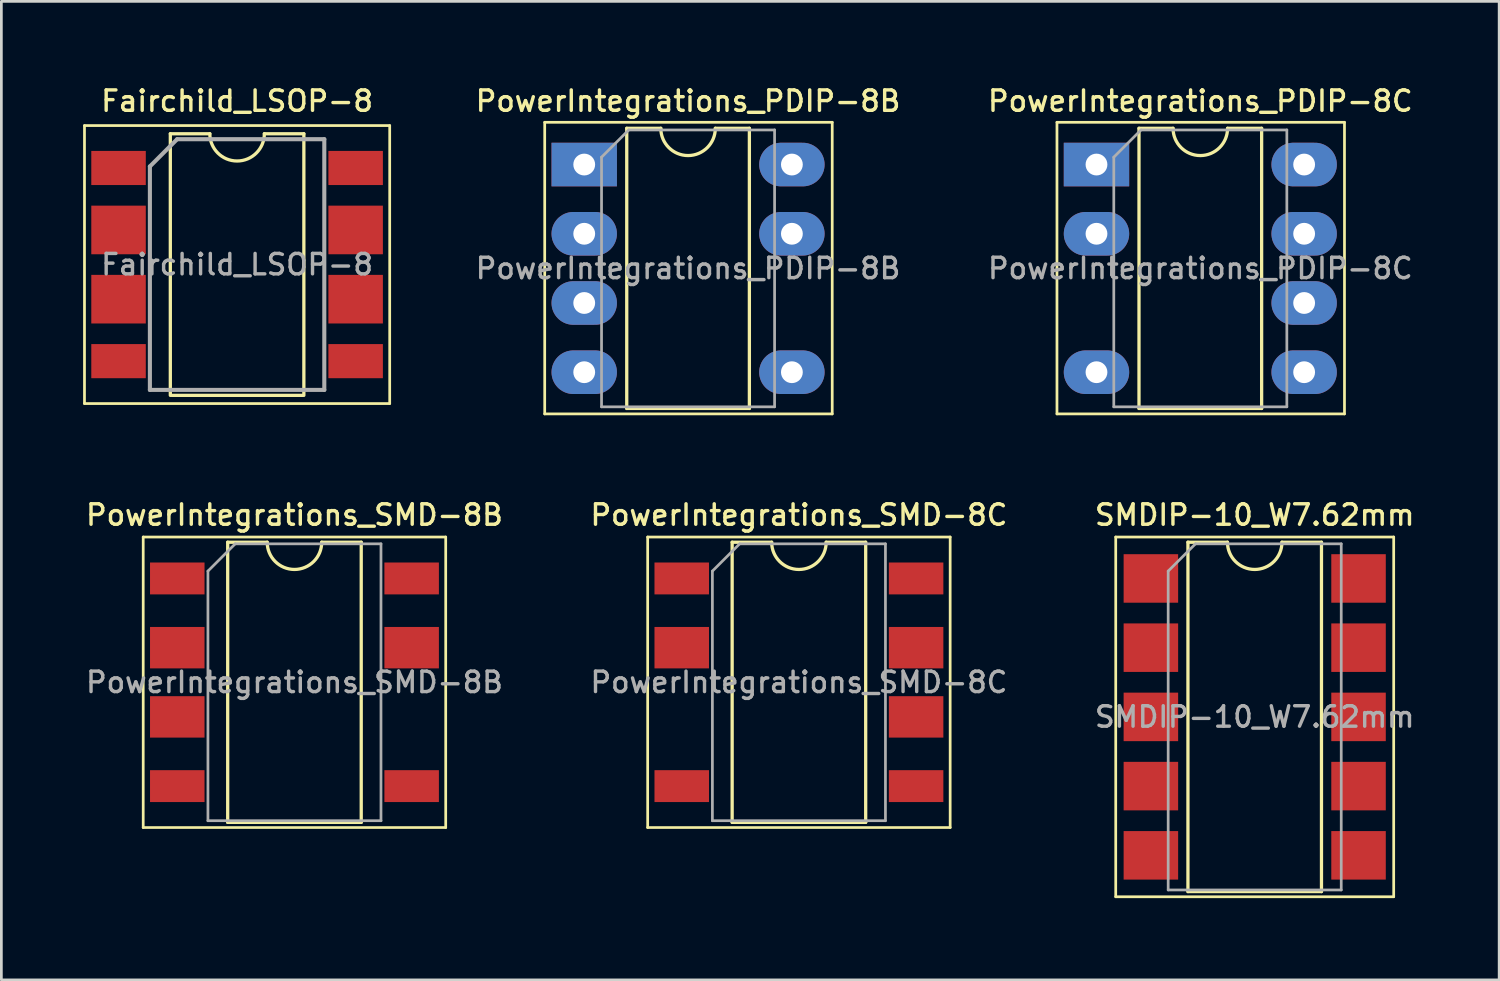
<source format=kicad_pcb>
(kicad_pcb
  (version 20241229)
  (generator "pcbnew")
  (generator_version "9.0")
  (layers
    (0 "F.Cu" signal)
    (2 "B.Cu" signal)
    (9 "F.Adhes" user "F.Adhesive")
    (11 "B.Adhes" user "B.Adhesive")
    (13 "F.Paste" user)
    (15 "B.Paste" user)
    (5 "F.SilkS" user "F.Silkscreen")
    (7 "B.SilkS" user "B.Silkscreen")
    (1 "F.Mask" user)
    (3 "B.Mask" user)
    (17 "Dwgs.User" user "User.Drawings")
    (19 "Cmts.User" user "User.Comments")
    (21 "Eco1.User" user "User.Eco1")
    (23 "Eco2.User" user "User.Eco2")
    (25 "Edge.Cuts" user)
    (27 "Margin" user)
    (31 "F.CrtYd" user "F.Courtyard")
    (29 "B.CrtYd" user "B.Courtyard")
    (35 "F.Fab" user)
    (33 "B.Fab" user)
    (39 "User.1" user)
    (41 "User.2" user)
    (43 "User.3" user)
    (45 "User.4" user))
  (footprint "PowerIntegrations_PDIP-8B"
    (layer "F.Cu")
    (at 18.388 2.988)
    (property "Reference" "PowerIntegrations_PDIP-8B" (at 3.81 -2.33 0) (layer "F.SilkS") (effects (font (size 0.75 0.75) (thickness 0.125))))
    (attr through_hole)
    (fp_line (start -1.45 -1.55) (end -1.45 9.15) (stroke (width 0.1) (type solid)) (layer "F.SilkS"))
    (fp_line (start -1.45 9.15) (end 9.1 9.15) (stroke (width 0.1) (type solid)) (layer "F.SilkS"))
    (fp_line (start 1.56 -1.33) (end 1.56 8.95) (stroke (width 0.12) (type solid)) (layer "F.SilkS"))
    (fp_line (start 1.56 8.95) (end 6.06 8.95) (stroke (width 0.12) (type solid)) (layer "F.SilkS"))
    (fp_line (start 2.81 -1.33) (end 1.56 -1.33) (stroke (width 0.12) (type solid)) (layer "F.SilkS"))
    (fp_line (start 6.06 -1.33) (end 4.81 -1.33) (stroke (width 0.12) (type solid)) (layer "F.SilkS"))
    (fp_line (start 6.06 8.95) (end 6.06 -1.33) (stroke (width 0.12) (type solid)) (layer "F.SilkS"))
    (fp_line (start 9.1 -1.55) (end -1.45 -1.55) (stroke (width 0.1) (type solid)) (layer "F.SilkS"))
    (fp_line (start 9.1 9.15) (end 9.1 -1.55) (stroke (width 0.1) (type solid)) (layer "F.SilkS"))
    (fp_arc (start 4.81 -1.33) (mid 3.81 -0.33) (end 2.81 -1.33) (stroke (width 0.12) (type solid)) (layer "F.SilkS"))
    (fp_line (start 0.635 -0.27) (end 1.635 -1.27) (stroke (width 0.1) (type solid)) (layer "F.Fab"))
    (fp_line (start 0.635 8.89) (end 0.635 -0.27) (stroke (width 0.1) (type solid)) (layer "F.Fab"))
    (fp_line (start 1.635 -1.27) (end 6.985 -1.27) (stroke (width 0.1) (type solid)) (layer "F.Fab"))
    (fp_line (start 6.985 -1.27) (end 6.985 8.89) (stroke (width 0.1) (type solid)) (layer "F.Fab"))
    (fp_line (start 6.985 8.89) (end 0.635 8.89) (stroke (width 0.1) (type solid)) (layer "F.Fab"))
    (fp_text user "${REFERENCE}" (at 3.81 3.81 0) (layer "F.Fab") (effects (font (size 0.75 0.75) (thickness 0.125))))
    (pad "1" thru_hole rect (at 0 0) (size 2.4 1.6) (drill 0.8) (layers "*.Cu" "*.Mask"))
    (pad "2" thru_hole oval (at 0 2.54) (size 2.4 1.6) (drill 0.8) (layers "*.Cu" "*.Mask"))
    (pad "3" thru_hole oval (at 0 5.08) (size 2.4 1.6) (drill 0.8) (layers "*.Cu" "*.Mask"))
    (pad "4" thru_hole oval (at 0 7.62) (size 2.4 1.6) (drill 0.8) (layers "*.Cu" "*.Mask"))
    (pad "5" thru_hole oval (at 7.62 7.62) (size 2.4 1.6) (drill 0.8) (layers "*.Cu" "*.Mask"))
    (pad "7" thru_hole oval (at 7.62 2.54) (size 2.4 1.6) (drill 0.8) (layers "*.Cu" "*.Mask"))
    (pad "8" thru_hole oval (at 7.62 0) (size 2.4 1.6) (drill 0.8) (layers "*.Cu" "*.Mask")))
  (footprint "PowerIntegrations_SMD-8C"
    (layer "F.Cu")
    (at 26.266 21.986)
    (property "Reference" "PowerIntegrations_SMD-8C" (at 0 -6.14 0) (layer "F.SilkS") (effects (font (size 0.75 0.75) (thickness 0.125))))
    (attr smd)
    (fp_line (start -5.55 -5.33) (end -5.55 5.33) (stroke (width 0.1) (type solid)) (layer "F.SilkS"))
    (fp_line (start -5.55 -5.33) (end 5.55 -5.33) (stroke (width 0.1) (type solid)) (layer "F.SilkS"))
    (fp_line (start -2.45 -5.14) (end -2.45 5.14) (stroke (width 0.12) (type solid)) (layer "F.SilkS"))
    (fp_line (start -2.45 5.14) (end 2.45 5.14) (stroke (width 0.12) (type solid)) (layer "F.SilkS"))
    (fp_line (start -1 -5.14) (end -2.45 -5.14) (stroke (width 0.12) (type solid)) (layer "F.SilkS"))
    (fp_line (start 2.45 -5.14) (end 1 -5.14) (stroke (width 0.12) (type solid)) (layer "F.SilkS"))
    (fp_line (start 2.45 5.14) (end 2.45 -5.14) (stroke (width 0.12) (type solid)) (layer "F.SilkS"))
    (fp_line (start 5.55 5.33) (end -5.55 5.33) (stroke (width 0.1) (type solid)) (layer "F.SilkS"))
    (fp_line (start 5.55 5.33) (end 5.55 -5.33) (stroke (width 0.1) (type solid)) (layer "F.SilkS"))
    (fp_arc (start 1 -5.14) (mid 0 -4.14) (end -1 -5.14) (stroke (width 0.12) (type solid)) (layer "F.SilkS"))
    (fp_line (start -3.175 -4.08) (end -2.175 -5.08) (stroke (width 0.1) (type solid)) (layer "F.Fab"))
    (fp_line (start -3.175 5.08) (end -3.175 -4.08) (stroke (width 0.1) (type solid)) (layer "F.Fab"))
    (fp_line (start -2.175 -5.08) (end 3.175 -5.08) (stroke (width 0.1) (type solid)) (layer "F.Fab"))
    (fp_line (start 3.175 -5.08) (end 3.175 5.08) (stroke (width 0.1) (type solid)) (layer "F.Fab"))
    (fp_line (start 3.175 5.08) (end -3.175 5.08) (stroke (width 0.1) (type solid)) (layer "F.Fab"))
    (fp_text user "${REFERENCE}" (at 0 0 0) (layer "F.Fab") (effects (font (size 0.75 0.75) (thickness 0.125))))
    (pad "1" smd rect (at -4.3 -3.81) (size 2 1.17) (layers "F.Cu" "F.Mask" "F.Paste"))
    (pad "2" smd rect (at -4.3 -1.27) (size 2 1.52) (layers "F.Cu" "F.Mask" "F.Paste"))
    (pad "4" smd rect (at -4.3 3.81) (size 2 1.17) (layers "F.Cu" "F.Mask" "F.Paste"))
    (pad "5" smd rect (at 4.3 3.81) (size 2 1.17) (layers "F.Cu" "F.Mask" "F.Paste"))
    (pad "6" smd rect (at 4.3 1.27) (size 2 1.52) (layers "F.Cu" "F.Mask" "F.Paste"))
    (pad "7" smd rect (at 4.3 -1.27) (size 2 1.52) (layers "F.Cu" "F.Mask" "F.Paste"))
    (pad "8" smd rect (at 4.3 -3.81) (size 2 1.17) (layers "F.Cu" "F.Mask" "F.Paste")))
  (footprint "PowerIntegrations_SMD-8B"
    (layer "F.Cu")
    (at 7.755 21.986)
    (property "Reference" "PowerIntegrations_SMD-8B" (at 0 -6.14 0) (layer "F.SilkS") (effects (font (size 0.75 0.75) (thickness 0.125))))
    (attr smd)
    (fp_line (start -5.55 -5.33) (end -5.55 5.33) (stroke (width 0.1) (type solid)) (layer "F.SilkS"))
    (fp_line (start -5.55 -5.33) (end 5.55 -5.33) (stroke (width 0.1) (type solid)) (layer "F.SilkS"))
    (fp_line (start -2.45 -5.14) (end -2.45 5.14) (stroke (width 0.12) (type solid)) (layer "F.SilkS"))
    (fp_line (start -2.45 5.14) (end 2.45 5.14) (stroke (width 0.12) (type solid)) (layer "F.SilkS"))
    (fp_line (start -1 -5.14) (end -2.45 -5.14) (stroke (width 0.12) (type solid)) (layer "F.SilkS"))
    (fp_line (start 2.45 -5.14) (end 1 -5.14) (stroke (width 0.12) (type solid)) (layer "F.SilkS"))
    (fp_line (start 2.45 5.14) (end 2.45 -5.14) (stroke (width 0.12) (type solid)) (layer "F.SilkS"))
    (fp_line (start 5.55 5.33) (end -5.55 5.33) (stroke (width 0.1) (type solid)) (layer "F.SilkS"))
    (fp_line (start 5.55 5.33) (end 5.55 -5.33) (stroke (width 0.1) (type solid)) (layer "F.SilkS"))
    (fp_arc (start 1 -5.14) (mid 0 -4.14) (end -1 -5.14) (stroke (width 0.12) (type solid)) (layer "F.SilkS"))
    (fp_line (start -3.175 -4.08) (end -2.175 -5.08) (stroke (width 0.1) (type solid)) (layer "F.Fab"))
    (fp_line (start -3.175 5.08) (end -3.175 -4.08) (stroke (width 0.1) (type solid)) (layer "F.Fab"))
    (fp_line (start -2.175 -5.08) (end 3.175 -5.08) (stroke (width 0.1) (type solid)) (layer "F.Fab"))
    (fp_line (start 3.175 -5.08) (end 3.175 5.08) (stroke (width 0.1) (type solid)) (layer "F.Fab"))
    (fp_line (start 3.175 5.08) (end -3.175 5.08) (stroke (width 0.1) (type solid)) (layer "F.Fab"))
    (fp_text user "${REFERENCE}" (at 0 0 0) (layer "F.Fab") (effects (font (size 0.75 0.75) (thickness 0.125))))
    (pad "1" smd rect (at -4.3 -3.81) (size 2 1.17) (layers "F.Cu" "F.Mask" "F.Paste"))
    (pad "2" smd rect (at -4.3 -1.27) (size 2 1.52) (layers "F.Cu" "F.Mask" "F.Paste"))
    (pad "3" smd rect (at -4.3 1.27) (size 2 1.52) (layers "F.Cu" "F.Mask" "F.Paste"))
    (pad "4" smd rect (at -4.3 3.81) (size 2 1.17) (layers "F.Cu" "F.Mask" "F.Paste"))
    (pad "5" smd rect (at 4.3 3.81) (size 2 1.17) (layers "F.Cu" "F.Mask" "F.Paste"))
    (pad "7" smd rect (at 4.3 -1.27) (size 2 1.52) (layers "F.Cu" "F.Mask" "F.Paste"))
    (pad "8" smd rect (at 4.3 -3.81) (size 2 1.17) (layers "F.Cu" "F.Mask" "F.Paste")))
  (footprint "SMDIP-10_W7.62mm"
    (layer "F.Cu")
    (at 42.991 23.256)
    (property "Reference" "SMDIP-10_W7.62mm" (at 0 -7.41 0) (layer "F.SilkS") (effects (font (size 0.75 0.75) (thickness 0.125))))
    (attr smd)
    (fp_line (start -5.1 -6.6) (end -5.1 6.6) (stroke (width 0.1) (type solid)) (layer "F.SilkS"))
    (fp_line (start -5.1 6.6) (end 5.1 6.6) (stroke (width 0.1) (type solid)) (layer "F.SilkS"))
    (fp_line (start -2.45 -6.41) (end -2.45 6.41) (stroke (width 0.12) (type solid)) (layer "F.SilkS"))
    (fp_line (start -2.45 6.41) (end 2.45 6.41) (stroke (width 0.12) (type solid)) (layer "F.SilkS"))
    (fp_line (start -1 -6.41) (end -2.45 -6.41) (stroke (width 0.12) (type solid)) (layer "F.SilkS"))
    (fp_line (start 2.45 -6.41) (end 1 -6.41) (stroke (width 0.12) (type solid)) (layer "F.SilkS"))
    (fp_line (start 2.45 6.41) (end 2.45 -6.41) (stroke (width 0.12) (type solid)) (layer "F.SilkS"))
    (fp_line (start 5.1 -6.6) (end -5.1 -6.6) (stroke (width 0.1) (type solid)) (layer "F.SilkS"))
    (fp_line (start 5.1 6.6) (end 5.1 -6.6) (stroke (width 0.1) (type solid)) (layer "F.SilkS"))
    (fp_arc (start 1 -6.41) (mid 0 -5.41) (end -1 -6.41) (stroke (width 0.12) (type solid)) (layer "F.SilkS"))
    (fp_line (start -3.175 -5.35) (end -2.175 -6.35) (stroke (width 0.1) (type solid)) (layer "F.Fab"))
    (fp_line (start -3.175 6.35) (end -3.175 -5.35) (stroke (width 0.1) (type solid)) (layer "F.Fab"))
    (fp_line (start -2.175 -6.35) (end 3.175 -6.35) (stroke (width 0.1) (type solid)) (layer "F.Fab"))
    (fp_line (start 3.175 -6.35) (end 3.175 6.35) (stroke (width 0.1) (type solid)) (layer "F.Fab"))
    (fp_line (start 3.175 6.35) (end -3.175 6.35) (stroke (width 0.1) (type solid)) (layer "F.Fab"))
    (fp_text user "${REFERENCE}" (at 0 0 0) (layer "F.Fab") (effects (font (size 0.75 0.75) (thickness 0.125))))
    (pad "1" smd rect (at -3.81 -5.08) (size 2 1.78) (layers "F.Cu" "F.Mask" "F.Paste"))
    (pad "2" smd rect (at -3.81 -2.54) (size 2 1.78) (layers "F.Cu" "F.Mask" "F.Paste"))
    (pad "3" smd rect (at -3.81 0) (size 2 1.78) (layers "F.Cu" "F.Mask" "F.Paste"))
    (pad "4" smd rect (at -3.81 2.54) (size 2 1.78) (layers "F.Cu" "F.Mask" "F.Paste"))
    (pad "5" smd rect (at -3.81 5.08) (size 2 1.78) (layers "F.Cu" "F.Mask" "F.Paste"))
    (pad "6" smd rect (at 3.81 5.08) (size 2 1.78) (layers "F.Cu" "F.Mask" "F.Paste"))
    (pad "7" smd rect (at 3.81 2.54) (size 2 1.78) (layers "F.Cu" "F.Mask" "F.Paste"))
    (pad "8" smd rect (at 3.81 0) (size 2 1.78) (layers "F.Cu" "F.Mask" "F.Paste"))
    (pad "9" smd rect (at 3.81 -2.54) (size 2 1.78) (layers "F.Cu" "F.Mask" "F.Paste"))
    (pad "10" smd rect (at 3.81 -5.08) (size 2 1.78) (layers "F.Cu" "F.Mask" "F.Paste")))
  (footprint "Fairchild_LSOP-8"
    (layer "F.Cu")
    (at 5.65 6.658)
    (property "Reference" "Fairchild_LSOP-8" (at 0 -6 0) (layer "F.SilkS") (effects (font (size 0.75 0.75) (thickness 0.125))))
    (attr smd)
    (fp_line (start -5.6 -5.1) (end -5.6 5.1) (stroke (width 0.1) (type solid)) (layer "F.SilkS"))
    (fp_line (start -5.6 -5.1) (end 5.6 -5.1) (stroke (width 0.1) (type solid)) (layer "F.SilkS"))
    (fp_line (start -5.6 5.1) (end 5.6 5.1) (stroke (width 0.1) (type solid)) (layer "F.SilkS"))
    (fp_line (start -2.45 -4.8) (end -2.45 4.8) (stroke (width 0.12) (type solid)) (layer "F.SilkS"))
    (fp_line (start -2.4 4.8) (end 2.4 4.8) (stroke (width 0.12) (type solid)) (layer "F.SilkS"))
    (fp_line (start -1 -4.8) (end -2.45 -4.8) (stroke (width 0.12) (type solid)) (layer "F.SilkS"))
    (fp_line (start 2.45 -4.8) (end 1 -4.8) (stroke (width 0.12) (type solid)) (layer "F.SilkS"))
    (fp_line (start 2.45 4.8) (end 2.45 -4.8) (stroke (width 0.12) (type solid)) (layer "F.SilkS"))
    (fp_line (start 5.6 -5.1) (end 5.6 5.1) (stroke (width 0.1) (type solid)) (layer "F.SilkS"))
    (fp_arc (start 1 -4.8) (mid 0 -3.8) (end -1 -4.8) (stroke (width 0.12) (type solid)) (layer "F.SilkS"))
    (fp_line (start -3.2 4.6) (end -3.2 -3.6) (stroke (width 0.15) (type solid)) (layer "F.Fab"))
    (fp_line (start -2.2 -4.6) (end -3.2 -3.6) (stroke (width 0.15) (type solid)) (layer "F.Fab"))
    (fp_line (start -2.2 -4.6) (end 3.2 -4.6) (stroke (width 0.15) (type solid)) (layer "F.Fab"))
    (fp_line (start 3.2 -4.6) (end 3.2 4.6) (stroke (width 0.15) (type solid)) (layer "F.Fab"))
    (fp_line (start 3.2 4.6) (end -3.2 4.6) (stroke (width 0.15) (type solid)) (layer "F.Fab"))
    (fp_text user "${REFERENCE}" (at 0 0 0) (layer "F.Fab") (effects (font (size 0.75 0.75) (thickness 0.125))))
    (pad "1" smd rect (at -4.35 -3.81) (size 2 1.252) (drill (offset 0 0.266)) (layers "F.Cu" "F.Mask" "F.Paste"))
    (pad "2" smd rect (at -4.35 -1.27) (size 2 1.784) (layers "F.Cu" "F.Mask" "F.Paste"))
    (pad "3" smd rect (at -4.35 1.27) (size 2 1.784) (layers "F.Cu" "F.Mask" "F.Paste"))
    (pad "4" smd rect (at -4.35 3.81) (size 2 1.252) (drill (offset 0 -0.266)) (layers "F.Cu" "F.Mask" "F.Paste"))
    (pad "5" smd rect (at 4.35 3.81) (size 2 1.252) (drill (offset 0 -0.266)) (layers "F.Cu" "F.Mask" "F.Paste"))
    (pad "6" smd rect (at 4.35 1.27) (size 2 1.784) (layers "F.Cu" "F.Mask" "F.Paste"))
    (pad "7" smd rect (at 4.35 -1.27) (size 2 1.784) (layers "F.Cu" "F.Mask" "F.Paste"))
    (pad "8" smd rect (at 4.35 -3.81) (size 2 1.252) (drill (offset 0 0.266)) (layers "F.Cu" "F.Mask" "F.Paste")))
  (footprint "PowerIntegrations_PDIP-8C"
    (layer "F.Cu")
    (at 37.185 2.988)
    (property "Reference" "PowerIntegrations_PDIP-8C" (at 3.81 -2.33 0) (layer "F.SilkS") (effects (font (size 0.75 0.75) (thickness 0.125))))
    (attr through_hole)
    (fp_line (start -1.45 -1.55) (end -1.45 9.15) (stroke (width 0.1) (type solid)) (layer "F.SilkS"))
    (fp_line (start -1.45 9.15) (end 9.1 9.15) (stroke (width 0.1) (type solid)) (layer "F.SilkS"))
    (fp_line (start 1.56 -1.33) (end 1.56 8.95) (stroke (width 0.12) (type solid)) (layer "F.SilkS"))
    (fp_line (start 1.56 8.95) (end 6.06 8.95) (stroke (width 0.12) (type solid)) (layer "F.SilkS"))
    (fp_line (start 2.81 -1.33) (end 1.56 -1.33) (stroke (width 0.12) (type solid)) (layer "F.SilkS"))
    (fp_line (start 6.06 -1.33) (end 4.81 -1.33) (stroke (width 0.12) (type solid)) (layer "F.SilkS"))
    (fp_line (start 6.06 8.95) (end 6.06 -1.33) (stroke (width 0.12) (type solid)) (layer "F.SilkS"))
    (fp_line (start 9.1 -1.55) (end -1.45 -1.55) (stroke (width 0.1) (type solid)) (layer "F.SilkS"))
    (fp_line (start 9.1 9.15) (end 9.1 -1.55) (stroke (width 0.1) (type solid)) (layer "F.SilkS"))
    (fp_arc (start 4.81 -1.33) (mid 3.81 -0.33) (end 2.81 -1.33) (stroke (width 0.12) (type solid)) (layer "F.SilkS"))
    (fp_line (start 0.635 -0.27) (end 1.635 -1.27) (stroke (width 0.1) (type solid)) (layer "F.Fab"))
    (fp_line (start 0.635 8.89) (end 0.635 -0.27) (stroke (width 0.1) (type solid)) (layer "F.Fab"))
    (fp_line (start 1.635 -1.27) (end 6.985 -1.27) (stroke (width 0.1) (type solid)) (layer "F.Fab"))
    (fp_line (start 6.985 -1.27) (end 6.985 8.89) (stroke (width 0.1) (type solid)) (layer "F.Fab"))
    (fp_line (start 6.985 8.89) (end 0.635 8.89) (stroke (width 0.1) (type solid)) (layer "F.Fab"))
    (fp_text user "${REFERENCE}" (at 3.81 3.81 0) (layer "F.Fab") (effects (font (size 0.75 0.75) (thickness 0.125))))
    (pad "1" thru_hole rect (at 0 0) (size 2.4 1.6) (drill 0.8) (layers "*.Cu" "*.Mask"))
    (pad "2" thru_hole oval (at 0 2.54) (size 2.4 1.6) (drill 0.8) (layers "*.Cu" "*.Mask"))
    (pad "4" thru_hole oval (at 0 7.62) (size 2.4 1.6) (drill 0.8) (layers "*.Cu" "*.Mask"))
    (pad "5" thru_hole oval (at 7.62 7.62) (size 2.4 1.6) (drill 0.8) (layers "*.Cu" "*.Mask"))
    (pad "6" thru_hole oval (at 7.62 5.08) (size 2.4 1.6) (drill 0.8) (layers "*.Cu" "*.Mask"))
    (pad "7" thru_hole oval (at 7.62 2.54) (size 2.4 1.6) (drill 0.8) (layers "*.Cu" "*.Mask"))
    (pad "8" thru_hole oval (at 7.62 0) (size 2.4 1.6) (drill 0.8) (layers "*.Cu" "*.Mask")))
  (gr_rect
    (start -3 -3)
    (end 51.961 32.906)
    (stroke (width 0.1) (type default))
    (fill no)
    (layer "Edge.Cuts")))
</source>
